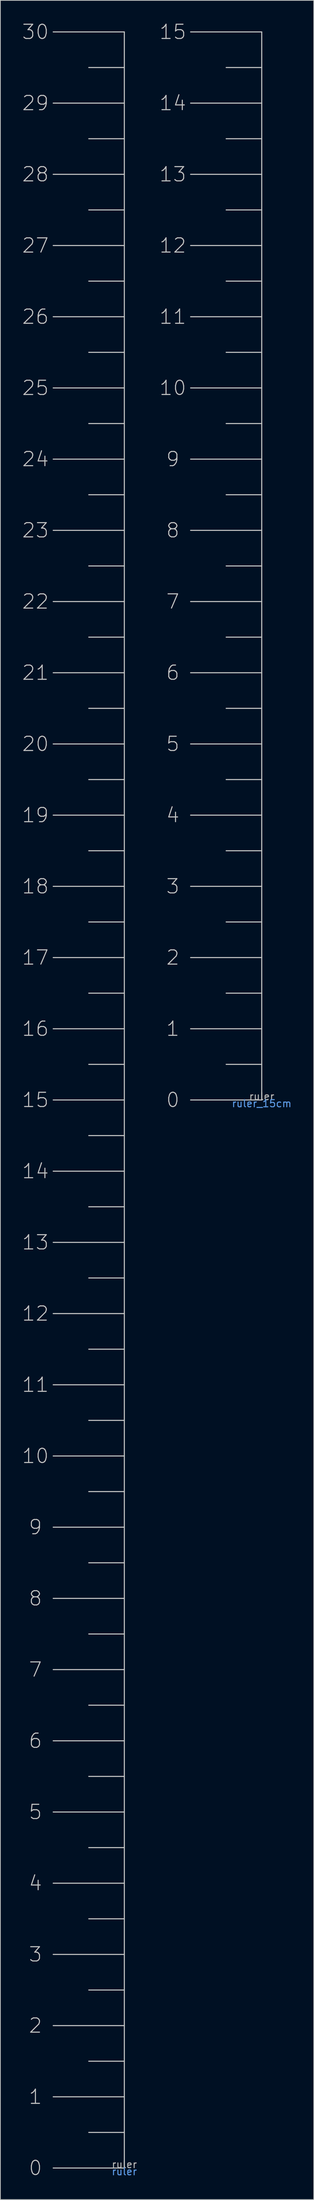
<source format=kicad_pcb>
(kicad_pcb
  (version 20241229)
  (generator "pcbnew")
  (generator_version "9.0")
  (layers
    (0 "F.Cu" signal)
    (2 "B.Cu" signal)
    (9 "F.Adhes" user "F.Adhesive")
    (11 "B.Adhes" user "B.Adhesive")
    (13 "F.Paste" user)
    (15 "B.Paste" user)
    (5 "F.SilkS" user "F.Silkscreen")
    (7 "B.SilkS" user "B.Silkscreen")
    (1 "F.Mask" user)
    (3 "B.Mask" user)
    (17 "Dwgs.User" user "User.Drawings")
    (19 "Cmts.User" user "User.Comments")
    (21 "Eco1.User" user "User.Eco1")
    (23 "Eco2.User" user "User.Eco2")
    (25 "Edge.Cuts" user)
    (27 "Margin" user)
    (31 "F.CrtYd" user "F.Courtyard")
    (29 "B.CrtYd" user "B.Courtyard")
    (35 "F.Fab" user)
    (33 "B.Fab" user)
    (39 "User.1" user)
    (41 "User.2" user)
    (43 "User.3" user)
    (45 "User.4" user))
  (footprint "ruler"
    (layer "F.Cu")
    (at 14.43 301.433)
    (property "Reference" "ruler" (at 0 0.5 0) (layer "Cmts.User") (effects (font (size 1 1) (thickness 0.15))))
    (attr through_hole)
    (fp_line (start -5 -295) (end 0 -295) (stroke (width 0.15) (type solid)) (layer "Dwgs.User"))
    (fp_line (start -5 -285) (end 0 -285) (stroke (width 0.15) (type solid)) (layer "Dwgs.User"))
    (fp_line (start -5 -275) (end 0 -275) (stroke (width 0.15) (type solid)) (layer "Dwgs.User"))
    (fp_line (start -5 -265) (end 0 -265) (stroke (width 0.15) (type solid)) (layer "Dwgs.User"))
    (fp_line (start -5 -255) (end 0 -255) (stroke (width 0.15) (type solid)) (layer "Dwgs.User"))
    (fp_line (start -5 -245) (end 0 -245) (stroke (width 0.15) (type solid)) (layer "Dwgs.User"))
    (fp_line (start -5 -235) (end 0 -235) (stroke (width 0.15) (type solid)) (layer "Dwgs.User"))
    (fp_line (start -5 -225) (end 0 -225) (stroke (width 0.15) (type solid)) (layer "Dwgs.User"))
    (fp_line (start -5 -215) (end 0 -215) (stroke (width 0.15) (type solid)) (layer "Dwgs.User"))
    (fp_line (start -5 -205) (end 0 -205) (stroke (width 0.15) (type solid)) (layer "Dwgs.User"))
    (fp_line (start -5 -195) (end 0 -195) (stroke (width 0.15) (type solid)) (layer "Dwgs.User"))
    (fp_line (start -5 -185) (end 0 -185) (stroke (width 0.15) (type solid)) (layer "Dwgs.User"))
    (fp_line (start -5 -175) (end 0 -175) (stroke (width 0.15) (type solid)) (layer "Dwgs.User"))
    (fp_line (start -5 -165) (end 0 -165) (stroke (width 0.15) (type solid)) (layer "Dwgs.User"))
    (fp_line (start -5 -155) (end 0 -155) (stroke (width 0.15) (type solid)) (layer "Dwgs.User"))
    (fp_line (start -5 -145) (end 0 -145) (stroke (width 0.15) (type solid)) (layer "Dwgs.User"))
    (fp_line (start -5 -135) (end 0 -135) (stroke (width 0.15) (type solid)) (layer "Dwgs.User"))
    (fp_line (start -5 -125) (end 0 -125) (stroke (width 0.15) (type solid)) (layer "Dwgs.User"))
    (fp_line (start -5 -115) (end 0 -115) (stroke (width 0.15) (type solid)) (layer "Dwgs.User"))
    (fp_line (start -5 -105) (end 0 -105) (stroke (width 0.15) (type solid)) (layer "Dwgs.User"))
    (fp_line (start -5 -95) (end 0 -95) (stroke (width 0.15) (type solid)) (layer "Dwgs.User"))
    (fp_line (start -5 -85) (end 0 -85) (stroke (width 0.15) (type solid)) (layer "Dwgs.User"))
    (fp_line (start -5 -75) (end 0 -75) (stroke (width 0.15) (type solid)) (layer "Dwgs.User"))
    (fp_line (start -5 -65) (end 0 -65) (stroke (width 0.15) (type solid)) (layer "Dwgs.User"))
    (fp_line (start -5 -55) (end 0 -55) (stroke (width 0.15) (type solid)) (layer "Dwgs.User"))
    (fp_line (start -5 -45) (end 0 -45) (stroke (width 0.15) (type solid)) (layer "Dwgs.User"))
    (fp_line (start -5 -35) (end 0 -35) (stroke (width 0.15) (type solid)) (layer "Dwgs.User"))
    (fp_line (start -5 -25) (end 0 -25) (stroke (width 0.15) (type solid)) (layer "Dwgs.User"))
    (fp_line (start -5 -15) (end 0 -15) (stroke (width 0.15) (type solid)) (layer "Dwgs.User"))
    (fp_line (start -5 -5) (end 0 -5) (stroke (width 0.15) (type solid)) (layer "Dwgs.User"))
    (fp_line (start 0 -300) (end -10 -300) (stroke (width 0.15) (type solid)) (layer "Dwgs.User"))
    (fp_line (start 0 -290) (end -10 -290) (stroke (width 0.15) (type solid)) (layer "Dwgs.User"))
    (fp_line (start 0 -280) (end -10 -280) (stroke (width 0.15) (type solid)) (layer "Dwgs.User"))
    (fp_line (start 0 -270) (end -10 -270) (stroke (width 0.15) (type solid)) (layer "Dwgs.User"))
    (fp_line (start 0 -260) (end -10 -260) (stroke (width 0.15) (type solid)) (layer "Dwgs.User"))
    (fp_line (start 0 -250) (end -10 -250) (stroke (width 0.15) (type solid)) (layer "Dwgs.User"))
    (fp_line (start 0 -240) (end -10 -240) (stroke (width 0.15) (type solid)) (layer "Dwgs.User"))
    (fp_line (start 0 -230) (end -10 -230) (stroke (width 0.15) (type solid)) (layer "Dwgs.User"))
    (fp_line (start 0 -220) (end -10 -220) (stroke (width 0.15) (type solid)) (layer "Dwgs.User"))
    (fp_line (start 0 -210) (end -10 -210) (stroke (width 0.15) (type solid)) (layer "Dwgs.User"))
    (fp_line (start 0 -200) (end -10 -200) (stroke (width 0.15) (type solid)) (layer "Dwgs.User"))
    (fp_line (start 0 -190) (end -10 -190) (stroke (width 0.15) (type solid)) (layer "Dwgs.User"))
    (fp_line (start 0 -180) (end -10 -180) (stroke (width 0.15) (type solid)) (layer "Dwgs.User"))
    (fp_line (start 0 -170) (end -10 -170) (stroke (width 0.15) (type solid)) (layer "Dwgs.User"))
    (fp_line (start 0 -160) (end -10 -160) (stroke (width 0.15) (type solid)) (layer "Dwgs.User"))
    (fp_line (start 0 -150) (end -10 -150) (stroke (width 0.15) (type solid)) (layer "Dwgs.User"))
    (fp_line (start 0 -140) (end -10 -140) (stroke (width 0.15) (type solid)) (layer "Dwgs.User"))
    (fp_line (start 0 -130) (end -10 -130) (stroke (width 0.15) (type solid)) (layer "Dwgs.User"))
    (fp_line (start 0 -120) (end -10 -120) (stroke (width 0.15) (type solid)) (layer "Dwgs.User"))
    (fp_line (start 0 -110) (end -10 -110) (stroke (width 0.15) (type solid)) (layer "Dwgs.User"))
    (fp_line (start 0 -100) (end -10 -100) (stroke (width 0.15) (type solid)) (layer "Dwgs.User"))
    (fp_line (start 0 -90) (end -10 -90) (stroke (width 0.15) (type solid)) (layer "Dwgs.User"))
    (fp_line (start 0 -80) (end -10 -80) (stroke (width 0.15) (type solid)) (layer "Dwgs.User"))
    (fp_line (start 0 -70) (end -10 -70) (stroke (width 0.15) (type solid)) (layer "Dwgs.User"))
    (fp_line (start 0 -60) (end -10 -60) (stroke (width 0.15) (type solid)) (layer "Dwgs.User"))
    (fp_line (start 0 -50) (end -10 -50) (stroke (width 0.15) (type solid)) (layer "Dwgs.User"))
    (fp_line (start 0 -40) (end -10 -40) (stroke (width 0.15) (type solid)) (layer "Dwgs.User"))
    (fp_line (start 0 -30) (end -10 -30) (stroke (width 0.15) (type solid)) (layer "Dwgs.User"))
    (fp_line (start 0 -20) (end -10 -20) (stroke (width 0.15) (type solid)) (layer "Dwgs.User"))
    (fp_line (start 0 -10) (end -10 -10) (stroke (width 0.15) (type solid)) (layer "Dwgs.User"))
    (fp_line (start 0 0) (end -10 0) (stroke (width 0.15) (type solid)) (layer "Dwgs.User"))
    (fp_line (start 0 0) (end 0 -300) (stroke (width 0.15) (type solid)) (layer "Dwgs.User"))
    (fp_text user "22" (at -12.5 -220 0) (layer "Dwgs.User") (effects (font (size 2 2) (thickness 0.15))))
    (fp_text user "10" (at -12.5 -100 0) (layer "Dwgs.User") (effects (font (size 2 2) (thickness 0.15))))
    (fp_text user "21" (at -12.5 -210 0) (layer "Dwgs.User") (effects (font (size 2 2) (thickness 0.15))))
    (fp_text user "9" (at -12.5 -90 0) (layer "Dwgs.User") (effects (font (size 2 2) (thickness 0.15))))
    (fp_text user "1" (at -12.5 -10 0) (layer "Dwgs.User") (effects (font (size 2 2) (thickness 0.15))))
    (fp_text user "6" (at -12.5 -60 0) (layer "Dwgs.User") (effects (font (size 2 2) (thickness 0.15))))
    (fp_text user "24" (at -12.5 -240 0) (layer "Dwgs.User") (effects (font (size 2 2) (thickness 0.15))))
    (fp_text user "14" (at -12.5 -140 0) (layer "Dwgs.User") (effects (font (size 2 2) (thickness 0.15))))
    (fp_text user "12" (at -12.5 -120 0) (layer "Dwgs.User") (effects (font (size 2 2) (thickness 0.15))))
    (fp_text user "30" (at -12.5 -300 0) (layer "Dwgs.User") (effects (font (size 2 2) (thickness 0.15))))
    (fp_text user "3" (at -12.5 -30 0) (layer "Dwgs.User") (effects (font (size 2 2) (thickness 0.15))))
    (fp_text user "17" (at -12.5 -170 0) (layer "Dwgs.User") (effects (font (size 2 2) (thickness 0.15))))
    (fp_text user "11" (at -12.5 -110 0) (layer "Dwgs.User") (effects (font (size 2 2) (thickness 0.15))))
    (fp_text user "5" (at -12.5 -50 0) (layer "Dwgs.User") (effects (font (size 2 2) (thickness 0.15))))
    (fp_text user "29" (at -12.5 -290 0) (layer "Dwgs.User") (effects (font (size 2 2) (thickness 0.15))))
    (fp_text user "2" (at -12.5 -20 0) (layer "Dwgs.User") (effects (font (size 2 2) (thickness 0.15))))
    (fp_text user "8" (at -12.5 -80 0) (layer "Dwgs.User") (effects (font (size 2 2) (thickness 0.15))))
    (fp_text user "28" (at -12.5 -280 0) (layer "Dwgs.User") (effects (font (size 2 2) (thickness 0.15))))
    (fp_text user "7" (at -12.5 -70 0) (layer "Dwgs.User") (effects (font (size 2 2) (thickness 0.15))))
    (fp_text user "19" (at -12.5 -190 0) (layer "Dwgs.User") (effects (font (size 2 2) (thickness 0.15))))
    (fp_text user "20" (at -12.5 -200 0) (layer "Dwgs.User") (effects (font (size 2 2) (thickness 0.15))))
    (fp_text user "18" (at -12.5 -180 0) (layer "Dwgs.User") (effects (font (size 2 2) (thickness 0.15))))
    (fp_text user "0" (at -12.5 0 0) (layer "Dwgs.User") (effects (font (size 2 2) (thickness 0.15))))
    (fp_text user "4" (at -12.5 -40 0) (layer "Dwgs.User") (effects (font (size 2 2) (thickness 0.15))))
    (fp_text user "26" (at -12.5 -260 0) (layer "Dwgs.User") (effects (font (size 2 2) (thickness 0.15))))
    (fp_text user "25" (at -12.5 -250 0) (layer "Dwgs.User") (effects (font (size 2 2) (thickness 0.15))))
    (fp_text user "16" (at -12.5 -160 0) (layer "Dwgs.User") (effects (font (size 2 2) (thickness 0.15))))
    (fp_text user "15" (at -12.5 -150 0) (layer "Dwgs.User") (effects (font (size 2 2) (thickness 0.15))))
    (fp_text user "27" (at -12.5 -270 0) (layer "Dwgs.User") (effects (font (size 2 2) (thickness 0.15))))
    (fp_text user "13" (at -12.5 -130 0) (layer "Dwgs.User") (effects (font (size 2 2) (thickness 0.15))))
    (fp_text user "23" (at -12.5 -230 0) (layer "Dwgs.User") (effects (font (size 2 2) (thickness 0.15))))
    (fp_text user "ruler" (at 0 -0.5 0) (layer "F.Fab") (effects (font (size 1 1) (thickness 0.15)))))
  (footprint "ruler_15cm"
    (layer "F.Cu")
    (at 33.746 151.433)
    (property "Reference" "ruler_15cm" (at 0 0.5 0) (layer "Cmts.User") (effects (font (size 1 1) (thickness 0.15))))
    (attr through_hole)
    (fp_line (start -5 -145) (end 0 -145) (stroke (width 0.15) (type solid)) (layer "Dwgs.User"))
    (fp_line (start -5 -135) (end 0 -135) (stroke (width 0.15) (type solid)) (layer "Dwgs.User"))
    (fp_line (start -5 -125) (end 0 -125) (stroke (width 0.15) (type solid)) (layer "Dwgs.User"))
    (fp_line (start -5 -115) (end 0 -115) (stroke (width 0.15) (type solid)) (layer "Dwgs.User"))
    (fp_line (start -5 -105) (end 0 -105) (stroke (width 0.15) (type solid)) (layer "Dwgs.User"))
    (fp_line (start -5 -95) (end 0 -95) (stroke (width 0.15) (type solid)) (layer "Dwgs.User"))
    (fp_line (start -5 -85) (end 0 -85) (stroke (width 0.15) (type solid)) (layer "Dwgs.User"))
    (fp_line (start -5 -75) (end 0 -75) (stroke (width 0.15) (type solid)) (layer "Dwgs.User"))
    (fp_line (start -5 -65) (end 0 -65) (stroke (width 0.15) (type solid)) (layer "Dwgs.User"))
    (fp_line (start -5 -55) (end 0 -55) (stroke (width 0.15) (type solid)) (layer "Dwgs.User"))
    (fp_line (start -5 -45) (end 0 -45) (stroke (width 0.15) (type solid)) (layer "Dwgs.User"))
    (fp_line (start -5 -35) (end 0 -35) (stroke (width 0.15) (type solid)) (layer "Dwgs.User"))
    (fp_line (start -5 -25) (end 0 -25) (stroke (width 0.15) (type solid)) (layer "Dwgs.User"))
    (fp_line (start -5 -15) (end 0 -15) (stroke (width 0.15) (type solid)) (layer "Dwgs.User"))
    (fp_line (start -5 -5) (end 0 -5) (stroke (width 0.15) (type solid)) (layer "Dwgs.User"))
    (fp_line (start 0 -150) (end -10 -150) (stroke (width 0.15) (type solid)) (layer "Dwgs.User"))
    (fp_line (start 0 -140) (end -10 -140) (stroke (width 0.15) (type solid)) (layer "Dwgs.User"))
    (fp_line (start 0 -130) (end -10 -130) (stroke (width 0.15) (type solid)) (layer "Dwgs.User"))
    (fp_line (start 0 -120) (end -10 -120) (stroke (width 0.15) (type solid)) (layer "Dwgs.User"))
    (fp_line (start 0 -110) (end -10 -110) (stroke (width 0.15) (type solid)) (layer "Dwgs.User"))
    (fp_line (start 0 -100) (end -10 -100) (stroke (width 0.15) (type solid)) (layer "Dwgs.User"))
    (fp_line (start 0 -90) (end -10 -90) (stroke (width 0.15) (type solid)) (layer "Dwgs.User"))
    (fp_line (start 0 -80) (end -10 -80) (stroke (width 0.15) (type solid)) (layer "Dwgs.User"))
    (fp_line (start 0 -70) (end -10 -70) (stroke (width 0.15) (type solid)) (layer "Dwgs.User"))
    (fp_line (start 0 -60) (end -10 -60) (stroke (width 0.15) (type solid)) (layer "Dwgs.User"))
    (fp_line (start 0 -50) (end -10 -50) (stroke (width 0.15) (type solid)) (layer "Dwgs.User"))
    (fp_line (start 0 -40) (end -10 -40) (stroke (width 0.15) (type solid)) (layer "Dwgs.User"))
    (fp_line (start 0 -30) (end -10 -30) (stroke (width 0.15) (type solid)) (layer "Dwgs.User"))
    (fp_line (start 0 -20) (end -10 -20) (stroke (width 0.15) (type solid)) (layer "Dwgs.User"))
    (fp_line (start 0 -10) (end -10 -10) (stroke (width 0.15) (type solid)) (layer "Dwgs.User"))
    (fp_line (start 0 0) (end -10 0) (stroke (width 0.15) (type solid)) (layer "Dwgs.User"))
    (fp_line (start 0 0) (end 0 -150) (stroke (width 0.15) (type solid)) (layer "Dwgs.User"))
    (fp_text user "8" (at -12.5 -80 0) (layer "Dwgs.User") (effects (font (size 2 2) (thickness 0.15))))
    (fp_text user "5" (at -12.5 -50 0) (layer "Dwgs.User") (effects (font (size 2 2) (thickness 0.15))))
    (fp_text user "7" (at -12.5 -70 0) (layer "Dwgs.User") (effects (font (size 2 2) (thickness 0.15))))
    (fp_text user "0" (at -12.5 0 0) (layer "Dwgs.User") (effects (font (size 2 2) (thickness 0.15))))
    (fp_text user "6" (at -12.5 -60 0) (layer "Dwgs.User") (effects (font (size 2 2) (thickness 0.15))))
    (fp_text user "12" (at -12.5 -120 0) (layer "Dwgs.User") (effects (font (size 2 2) (thickness 0.15))))
    (fp_text user "14" (at -12.5 -140 0) (layer "Dwgs.User") (effects (font (size 2 2) (thickness 0.15))))
    (fp_text user "13" (at -12.5 -130 0) (layer "Dwgs.User") (effects (font (size 2 2) (thickness 0.15))))
    (fp_text user "15" (at -12.5 -150 0) (layer "Dwgs.User") (effects (font (size 2 2) (thickness 0.15))))
    (fp_text user "9" (at -12.5 -90 0) (layer "Dwgs.User") (effects (font (size 2 2) (thickness 0.15))))
    (fp_text user "3" (at -12.5 -30 0) (layer "Dwgs.User") (effects (font (size 2 2) (thickness 0.15))))
    (fp_text user "4" (at -12.5 -40 0) (layer "Dwgs.User") (effects (font (size 2 2) (thickness 0.15))))
    (fp_text user "10" (at -12.5 -100 0) (layer "Dwgs.User") (effects (font (size 2 2) (thickness 0.15))))
    (fp_text user "2" (at -12.5 -20 0) (layer "Dwgs.User") (effects (font (size 2 2) (thickness 0.15))))
    (fp_text user "1" (at -12.5 -10 0) (layer "Dwgs.User") (effects (font (size 2 2) (thickness 0.15))))
    (fp_text user "11" (at -12.5 -110 0) (layer "Dwgs.User") (effects (font (size 2 2) (thickness 0.15))))
    (fp_text user "ruler" (at 0 -0.5 0) (layer "F.Fab") (effects (font (size 1 1) (thickness 0.15)))))
  (gr_rect
    (start -3 -3)
    (end 41.062 305.866)
    (stroke (width 0.1) (type default))
    (fill no)
    (layer "Edge.Cuts")))
</source>
